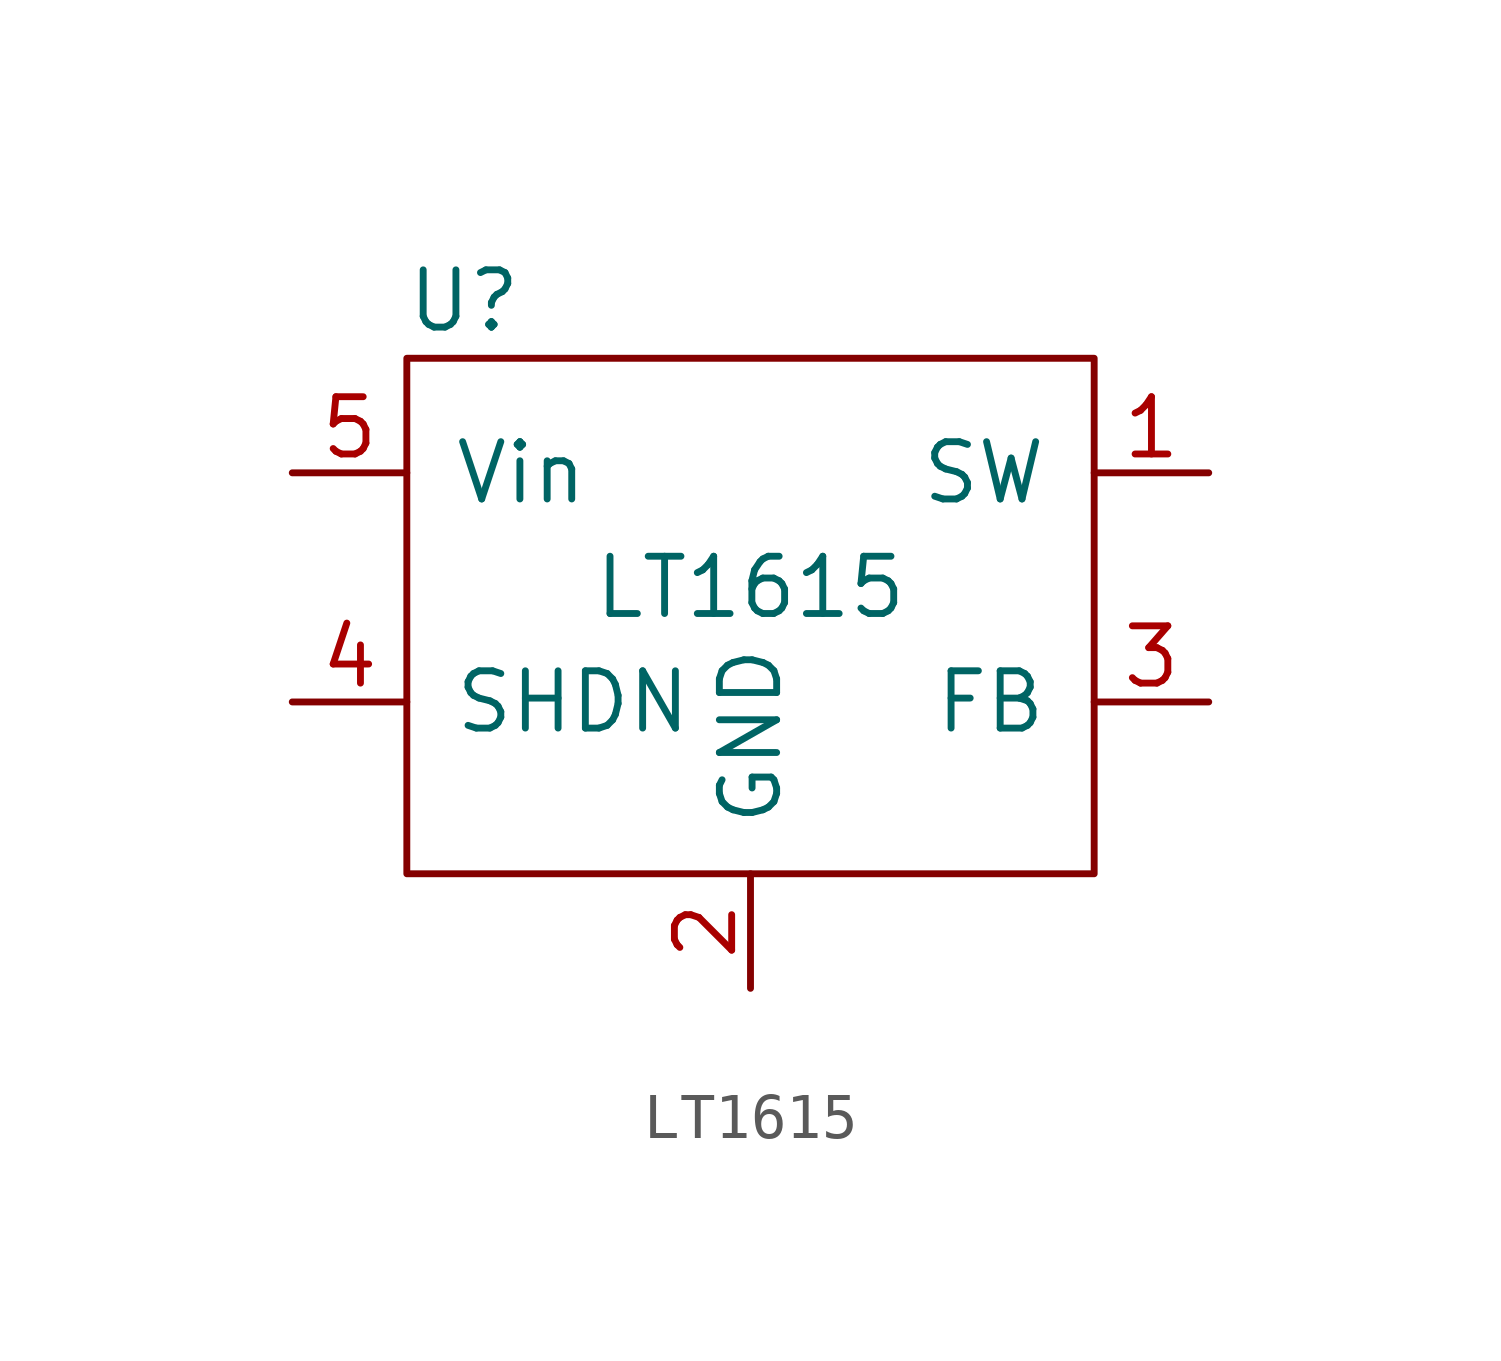
<source format=kicad_sym>
(kicad_symbol_lib
  (version 20241209)
  (generator "kicad_symbol_editor")
  (generator_version "9.0")
  (symbol "LT1615"
    (pin_names
      (offset 1.016))
    (property "Reference" "U"
      (at -2.54 3.81 0)
      (effects (font (size 1.27 1.27))))
    (property "Value" "LT1615"
      (at 3.81 -2.54 0)
      (effects (font (size 1.27 1.27))))
    (symbol "LT1615_0_1"
      (rectangle (start -3.81 2.54) (end 11.43 -8.89) (stroke (width 0) (type solid)) (fill (type none))))
    (symbol "LT1615_1_1"
      (pin power_in line (at -6.35 0 0) (length 2.54) (name "Vin" (effects (font (size 1.27 1.27)))) (number "5" (effects (font (size 1.27 1.27)))))
      (pin input line (at -6.35 -5.08 0) (length 2.54) (name "SHDN" (effects (font (size 1.27 1.27)))) (number "4" (effects (font (size 1.27 1.27)))))
      (pin power_in line (at 3.81 -11.43 90) (length 2.54) (name "GND" (effects (font (size 1.27 1.27)))) (number "2" (effects (font (size 1.27 1.27)))))
      (pin input line (at 13.97 0 180) (length 2.54) (name "SW" (effects (font (size 1.27 1.27)))) (number "1" (effects (font (size 1.27 1.27)))))
      (pin input line (at 13.97 -5.08 180) (length 2.54) (name "FB" (effects (font (size 1.27 1.27)))) (number "3" (effects (font (size 1.27 1.27))))))))
</source>
